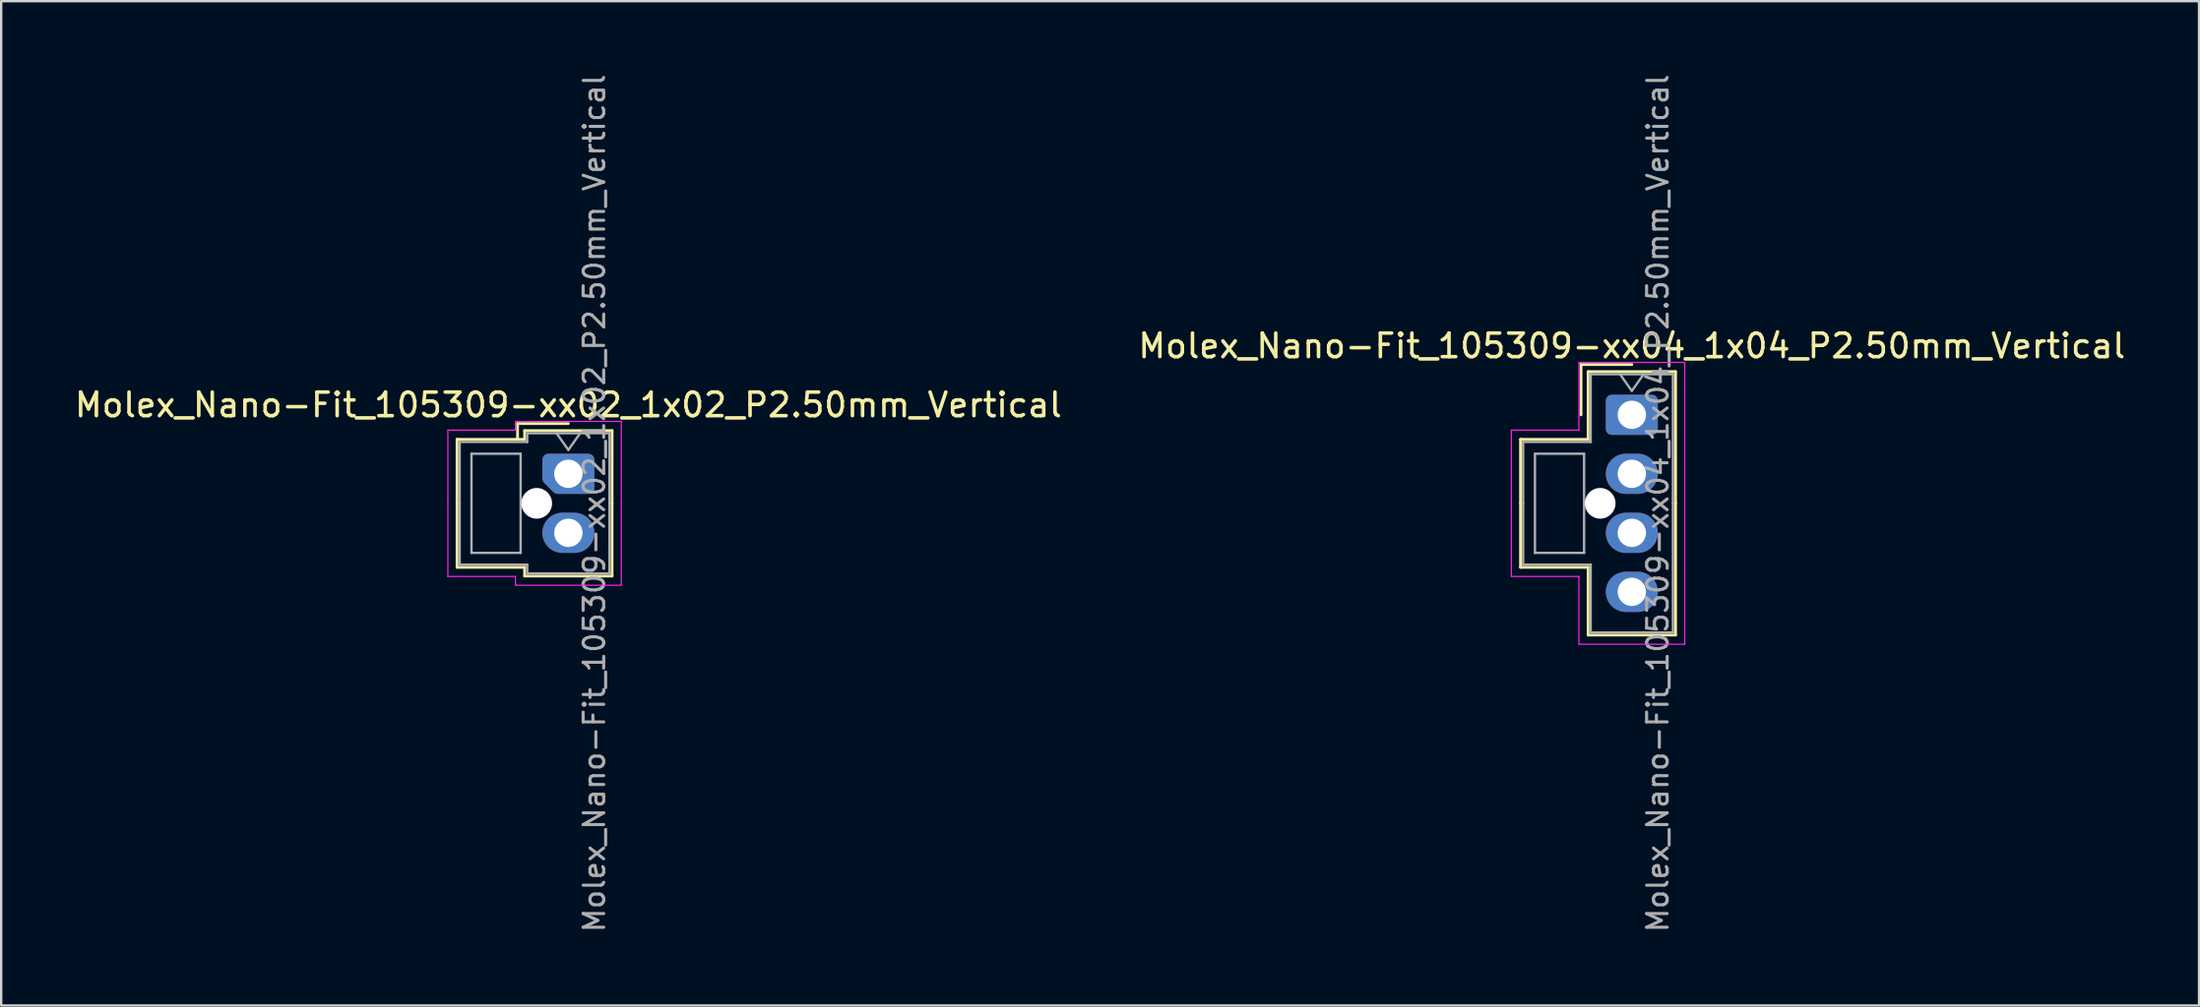
<source format=kicad_pcb>
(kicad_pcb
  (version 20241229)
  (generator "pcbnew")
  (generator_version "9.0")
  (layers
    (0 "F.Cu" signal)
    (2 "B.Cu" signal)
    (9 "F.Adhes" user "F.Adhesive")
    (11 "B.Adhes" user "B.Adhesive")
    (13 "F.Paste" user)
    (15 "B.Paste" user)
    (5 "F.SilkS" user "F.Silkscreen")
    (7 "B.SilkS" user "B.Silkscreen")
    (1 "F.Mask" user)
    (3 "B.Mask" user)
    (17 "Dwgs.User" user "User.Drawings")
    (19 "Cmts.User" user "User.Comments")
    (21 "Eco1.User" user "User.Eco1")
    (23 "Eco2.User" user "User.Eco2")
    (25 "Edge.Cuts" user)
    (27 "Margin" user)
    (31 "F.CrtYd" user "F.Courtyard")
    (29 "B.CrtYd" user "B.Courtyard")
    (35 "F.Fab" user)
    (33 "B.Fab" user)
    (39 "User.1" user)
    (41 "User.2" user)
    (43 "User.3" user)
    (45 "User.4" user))
  (footprint "Molex_Nano-Fit_105309-xx02_1x02_P2.50mm_Vertical"
    (layer "F.Cu")
    (at 21.006 17.024)
    (property "Reference" "Molex_Nano-Fit_105309-xx02_1x02_P2.50mm_Vertical" (at 0 -2.92 0) (layer "F.SilkS") (effects (font (size 1 1) (thickness 0.15))))
    (attr through_hole)
    (fp_line (start -4.71 -1.46) (end -4.71 1.25) (stroke (width 0.12) (type solid)) (layer "F.SilkS"))
    (fp_line (start -4.71 3.96) (end -4.71 1.25) (stroke (width 0.12) (type solid)) (layer "F.SilkS"))
    (fp_line (start -2.15 -2.13) (end -2.15 -1.46) (stroke (width 0.12) (type solid)) (layer "F.SilkS"))
    (fp_line (start -1.85 -1.83) (end -1.85 -1.46) (stroke (width 0.12) (type solid)) (layer "F.SilkS"))
    (fp_line (start -1.85 -1.46) (end -4.71 -1.46) (stroke (width 0.12) (type solid)) (layer "F.SilkS"))
    (fp_line (start -1.85 3.96) (end -4.71 3.96) (stroke (width 0.12) (type solid)) (layer "F.SilkS"))
    (fp_line (start -1.85 4.33) (end -1.85 3.96) (stroke (width 0.12) (type solid)) (layer "F.SilkS"))
    (fp_line (start 0 -2.13) (end -2.15 -2.13) (stroke (width 0.12) (type solid)) (layer "F.SilkS"))
    (fp_line (start 1.85 -1.83) (end -1.85 -1.83) (stroke (width 0.12) (type solid)) (layer "F.SilkS"))
    (fp_line (start 1.85 1.25) (end 1.85 -1.83) (stroke (width 0.12) (type solid)) (layer "F.SilkS"))
    (fp_line (start 1.85 1.25) (end 1.85 4.33) (stroke (width 0.12) (type solid)) (layer "F.SilkS"))
    (fp_line (start 1.85 4.33) (end -1.85 4.33) (stroke (width 0.12) (type solid)) (layer "F.SilkS"))
    (fp_line (start -5.1 -1.85) (end -5.1 1.25) (stroke (width 0.05) (type solid)) (layer "F.CrtYd"))
    (fp_line (start -5.1 4.35) (end -5.1 1.25) (stroke (width 0.05) (type solid)) (layer "F.CrtYd"))
    (fp_line (start -2.24 -2.22) (end -2.24 -1.85) (stroke (width 0.05) (type solid)) (layer "F.CrtYd"))
    (fp_line (start -2.24 -1.85) (end -5.1 -1.85) (stroke (width 0.05) (type solid)) (layer "F.CrtYd"))
    (fp_line (start -2.24 4.35) (end -5.1 4.35) (stroke (width 0.05) (type solid)) (layer "F.CrtYd"))
    (fp_line (start -2.24 4.72) (end -2.24 4.35) (stroke (width 0.05) (type solid)) (layer "F.CrtYd"))
    (fp_line (start 2.24 -2.22) (end -2.24 -2.22) (stroke (width 0.05) (type solid)) (layer "F.CrtYd"))
    (fp_line (start 2.24 1.25) (end 2.24 -2.22) (stroke (width 0.05) (type solid)) (layer "F.CrtYd"))
    (fp_line (start 2.24 1.25) (end 2.24 4.72) (stroke (width 0.05) (type solid)) (layer "F.CrtYd"))
    (fp_line (start 2.24 4.72) (end -2.24 4.72) (stroke (width 0.05) (type solid)) (layer "F.CrtYd"))
    (fp_line (start -4.6 -1.35) (end -4.6 1.25) (stroke (width 0.1) (type solid)) (layer "F.Fab"))
    (fp_line (start -4.6 3.85) (end -4.6 1.25) (stroke (width 0.1) (type solid)) (layer "F.Fab"))
    (fp_line (start -4.1 -0.85) (end -4.1 3.35) (stroke (width 0.1) (type solid)) (layer "F.Fab"))
    (fp_line (start -4.1 3.35) (end -2.02 3.35) (stroke (width 0.1) (type solid)) (layer "F.Fab"))
    (fp_line (start -2.02 -0.85) (end -4.1 -0.85) (stroke (width 0.1) (type solid)) (layer "F.Fab"))
    (fp_line (start -2.02 3.35) (end -2.02 -0.85) (stroke (width 0.1) (type solid)) (layer "F.Fab"))
    (fp_line (start -1.74 -1.72) (end -1.74 -1.35) (stroke (width 0.1) (type solid)) (layer "F.Fab"))
    (fp_line (start -1.74 -1.35) (end -4.6 -1.35) (stroke (width 0.1) (type solid)) (layer "F.Fab"))
    (fp_line (start -1.74 3.85) (end -4.6 3.85) (stroke (width 0.1) (type solid)) (layer "F.Fab"))
    (fp_line (start -1.74 4.22) (end -1.74 3.85) (stroke (width 0.1) (type solid)) (layer "F.Fab"))
    (fp_line (start -0.5 -1.72) (end 0 -1.013) (stroke (width 0.1) (type solid)) (layer "F.Fab"))
    (fp_line (start 0 -1.013) (end 0.5 -1.72) (stroke (width 0.1) (type solid)) (layer "F.Fab"))
    (fp_line (start 1.74 -1.72) (end -1.74 -1.72) (stroke (width 0.1) (type solid)) (layer "F.Fab"))
    (fp_line (start 1.74 1.25) (end 1.74 -1.72) (stroke (width 0.1) (type solid)) (layer "F.Fab"))
    (fp_line (start 1.74 1.25) (end 1.74 4.22) (stroke (width 0.1) (type solid)) (layer "F.Fab"))
    (fp_line (start 1.74 4.22) (end -1.74 4.22) (stroke (width 0.1) (type solid)) (layer "F.Fab"))
    (fp_text user "${REFERENCE}" (at 1.1 1.25 90) (layer "F.Fab") (effects (font (size 0.87 0.87) (thickness 0.13))))
    (pad "" np_thru_hole circle (at -1.34 1.25) (size 1.3 1.3) (drill 1.3) (layers "*.Cu" "*.Mask"))
    (pad "1" thru_hole custom (at 0 0) (size 1.417 1.417) (drill 1.2) (layers "*.Cu" "*.Mask") (options (anchor circle)) (primitives (gr_poly (pts (xy -0.85 -0.6) (xy 0.85 -0.6) (xy 0.85 0.6) (xy -0.45 0.6) (xy -0.85 0.2)) (width 0.5) (fill yes))))
    (pad "2" thru_hole oval (at 0 2.5) (size 2.2 1.7) (drill 1.2) (layers "*.Cu" "*.Mask")))
  (footprint "Molex_Nano-Fit_105309-xx04_1x04_P2.50mm_Vertical"
    (layer "F.Cu")
    (at 66.018 14.524)
    (property "Reference" "Molex_Nano-Fit_105309-xx04_1x04_P2.50mm_Vertical" (at 0 -2.92 0) (layer "F.SilkS") (effects (font (size 1 1) (thickness 0.15))))
    (attr through_hole)
    (fp_line (start -4.71 1.04) (end -4.71 3.75) (stroke (width 0.12) (type solid)) (layer "F.SilkS"))
    (fp_line (start -4.71 6.46) (end -4.71 3.75) (stroke (width 0.12) (type solid)) (layer "F.SilkS"))
    (fp_line (start -2.15 -2.13) (end -2.15 0) (stroke (width 0.12) (type solid)) (layer "F.SilkS"))
    (fp_line (start -1.85 -1.83) (end -1.85 1.04) (stroke (width 0.12) (type solid)) (layer "F.SilkS"))
    (fp_line (start -1.85 1.04) (end -4.71 1.04) (stroke (width 0.12) (type solid)) (layer "F.SilkS"))
    (fp_line (start -1.85 6.46) (end -4.71 6.46) (stroke (width 0.12) (type solid)) (layer "F.SilkS"))
    (fp_line (start -1.85 9.33) (end -1.85 6.46) (stroke (width 0.12) (type solid)) (layer "F.SilkS"))
    (fp_line (start 0 -2.13) (end -2.15 -2.13) (stroke (width 0.12) (type solid)) (layer "F.SilkS"))
    (fp_line (start 1.85 -1.83) (end -1.85 -1.83) (stroke (width 0.12) (type solid)) (layer "F.SilkS"))
    (fp_line (start 1.85 3.75) (end 1.85 -1.83) (stroke (width 0.12) (type solid)) (layer "F.SilkS"))
    (fp_line (start 1.85 3.75) (end 1.85 9.33) (stroke (width 0.12) (type solid)) (layer "F.SilkS"))
    (fp_line (start 1.85 9.33) (end -1.85 9.33) (stroke (width 0.12) (type solid)) (layer "F.SilkS"))
    (fp_line (start -5.1 0.65) (end -5.1 3.75) (stroke (width 0.05) (type solid)) (layer "F.CrtYd"))
    (fp_line (start -5.1 6.85) (end -5.1 3.75) (stroke (width 0.05) (type solid)) (layer "F.CrtYd"))
    (fp_line (start -2.24 -2.22) (end -2.24 0.65) (stroke (width 0.05) (type solid)) (layer "F.CrtYd"))
    (fp_line (start -2.24 0.65) (end -5.1 0.65) (stroke (width 0.05) (type solid)) (layer "F.CrtYd"))
    (fp_line (start -2.24 6.85) (end -5.1 6.85) (stroke (width 0.05) (type solid)) (layer "F.CrtYd"))
    (fp_line (start -2.24 9.72) (end -2.24 6.85) (stroke (width 0.05) (type solid)) (layer "F.CrtYd"))
    (fp_line (start 2.24 -2.22) (end -2.24 -2.22) (stroke (width 0.05) (type solid)) (layer "F.CrtYd"))
    (fp_line (start 2.24 3.75) (end 2.24 -2.22) (stroke (width 0.05) (type solid)) (layer "F.CrtYd"))
    (fp_line (start 2.24 3.75) (end 2.24 9.72) (stroke (width 0.05) (type solid)) (layer "F.CrtYd"))
    (fp_line (start 2.24 9.72) (end -2.24 9.72) (stroke (width 0.05) (type solid)) (layer "F.CrtYd"))
    (fp_line (start -4.6 1.15) (end -4.6 3.75) (stroke (width 0.1) (type solid)) (layer "F.Fab"))
    (fp_line (start -4.6 6.35) (end -4.6 3.75) (stroke (width 0.1) (type solid)) (layer "F.Fab"))
    (fp_line (start -4.1 1.65) (end -4.1 5.85) (stroke (width 0.1) (type solid)) (layer "F.Fab"))
    (fp_line (start -4.1 5.85) (end -2.02 5.85) (stroke (width 0.1) (type solid)) (layer "F.Fab"))
    (fp_line (start -2.02 1.65) (end -4.1 1.65) (stroke (width 0.1) (type solid)) (layer "F.Fab"))
    (fp_line (start -2.02 5.85) (end -2.02 1.65) (stroke (width 0.1) (type solid)) (layer "F.Fab"))
    (fp_line (start -1.74 -1.72) (end -1.74 1.15) (stroke (width 0.1) (type solid)) (layer "F.Fab"))
    (fp_line (start -1.74 1.15) (end -4.6 1.15) (stroke (width 0.1) (type solid)) (layer "F.Fab"))
    (fp_line (start -1.74 6.35) (end -4.6 6.35) (stroke (width 0.1) (type solid)) (layer "F.Fab"))
    (fp_line (start -1.74 9.22) (end -1.74 6.35) (stroke (width 0.1) (type solid)) (layer "F.Fab"))
    (fp_line (start -0.5 -1.72) (end 0 -1.013) (stroke (width 0.1) (type solid)) (layer "F.Fab"))
    (fp_line (start 0 -1.013) (end 0.5 -1.72) (stroke (width 0.1) (type solid)) (layer "F.Fab"))
    (fp_line (start 1.74 -1.72) (end -1.74 -1.72) (stroke (width 0.1) (type solid)) (layer "F.Fab"))
    (fp_line (start 1.74 3.75) (end 1.74 -1.72) (stroke (width 0.1) (type solid)) (layer "F.Fab"))
    (fp_line (start 1.74 3.75) (end 1.74 9.22) (stroke (width 0.1) (type solid)) (layer "F.Fab"))
    (fp_line (start 1.74 9.22) (end -1.74 9.22) (stroke (width 0.1) (type solid)) (layer "F.Fab"))
    (fp_text user "${REFERENCE}" (at 1.1 3.75 90) (layer "F.Fab") (effects (font (size 0.87 0.87) (thickness 0.13))))
    (pad "" np_thru_hole circle (at -1.34 3.75) (size 1.3 1.3) (drill 1.3) (layers "*.Cu" "*.Mask"))
    (pad "1" thru_hole roundrect (at 0 0) (size 2.2 1.7) (drill 1.2) (layers "*.Cu" "*.Mask") (roundrect_rratio 0.147))
    (pad "2" thru_hole oval (at 0 2.5) (size 2.2 1.7) (drill 1.2) (layers "*.Cu" "*.Mask"))
    (pad "3" thru_hole oval (at 0 5) (size 2.2 1.7) (drill 1.2) (layers "*.Cu" "*.Mask"))
    (pad "4" thru_hole oval (at 0 7.5) (size 2.2 1.7) (drill 1.2) (layers "*.Cu" "*.Mask")))
  (gr_rect
    (start -3 -3)
    (end 90.024 39.549)
    (stroke (width 0.1) (type default))
    (fill no)
    (layer "Edge.Cuts")))
</source>
